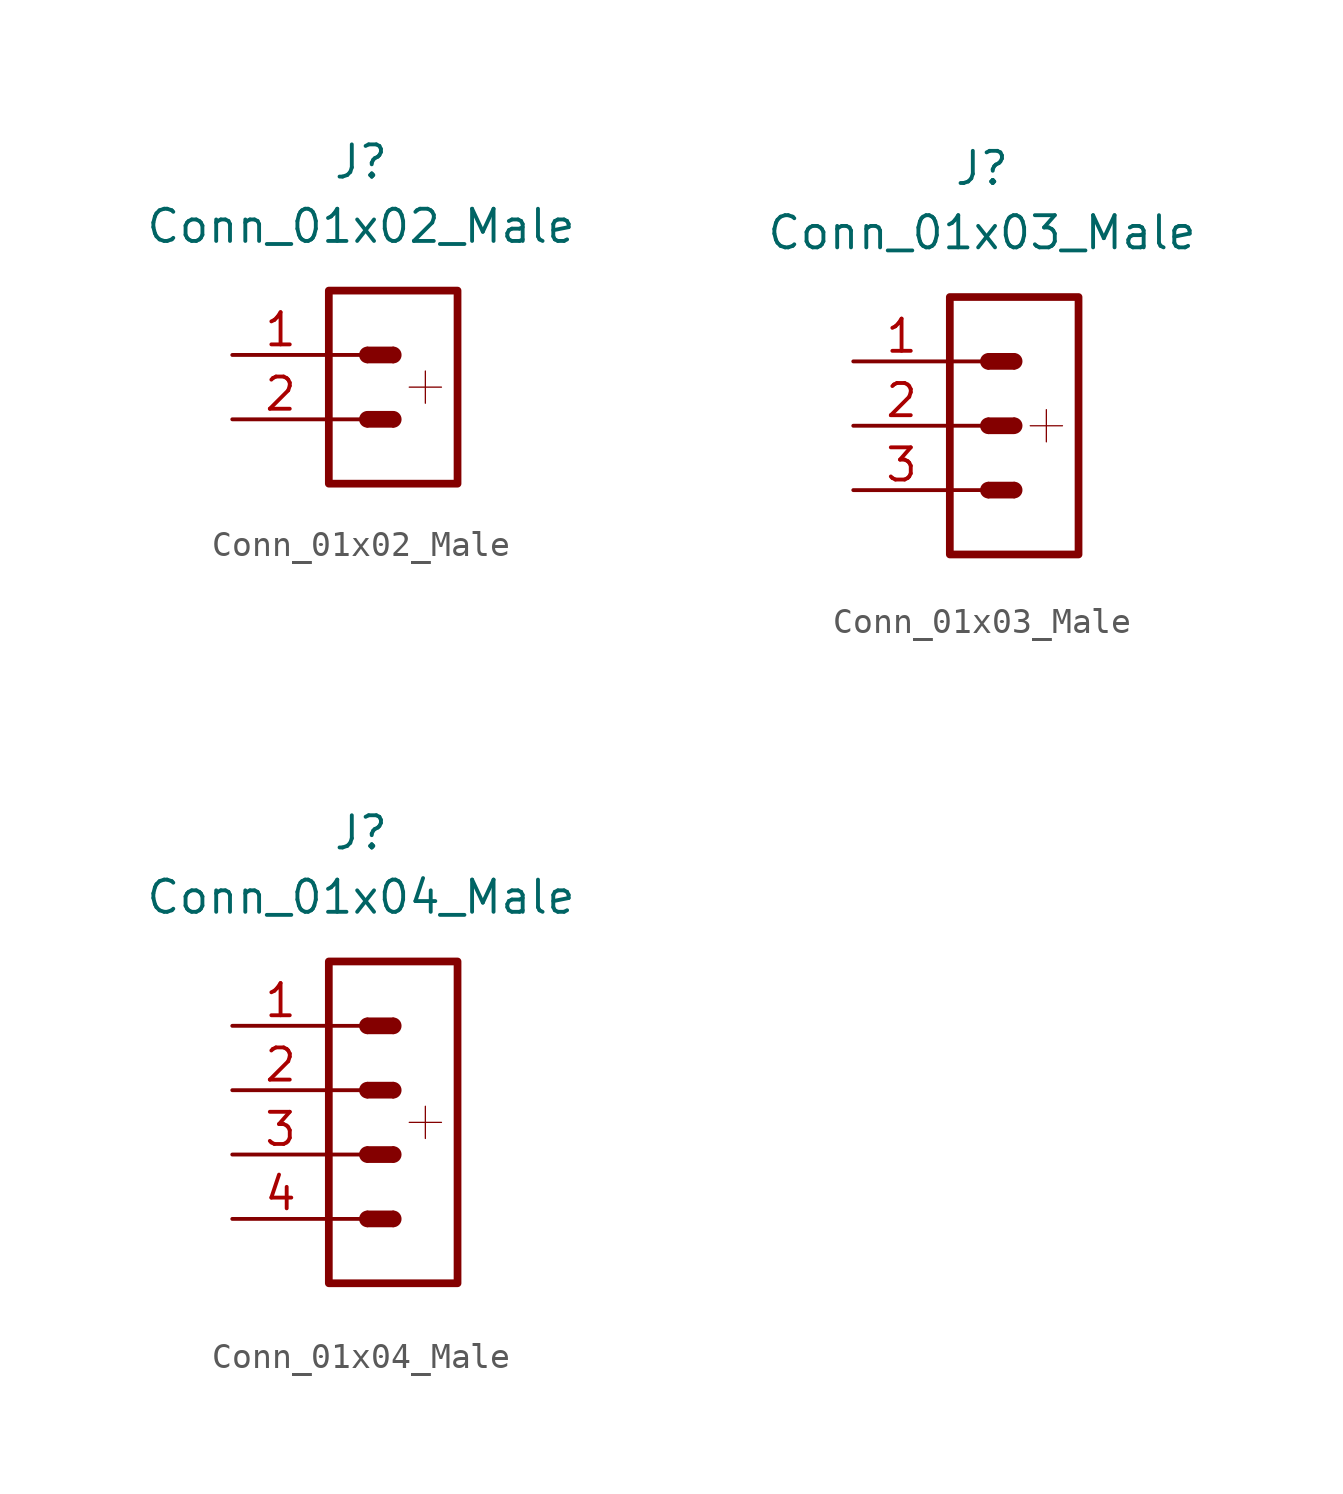
<source format=kicad_sym>
(kicad_symbol_lib
  (version 20211014)
  (generator kicad_symbol_editor)
  (symbol "Conn_01x02_Male"
    (pin_names
      (offset 1.016) hide)
    (property "Reference" "J"
      (at 0 7.62 0)
      (effects (font (size 1.27 1.27))))
    (property "Value" "Conn_01x02_Male"
      (at 0 5.08 0)
      (effects (font (size 1.27 1.27))))
    (symbol "Conn_01x02_Male_0_1"
      (rectangle (start -1.27 -2.54) (end 0 -2.54) (stroke (width 0.152) (type default) (color 0 0 0 0)) (fill (type none)))
      (rectangle (start -1.27 0) (end 0 0) (stroke (width 0.152) (type default) (color 0 0 0 0)) (fill (type none)))
      (rectangle (start -1.27 2.54) (end 3.81 -5.08) (stroke (width 0.305) (type default) (color 0 0 0 0)) (fill (type none))))
    (symbol "Conn_01x02_Male_1_1"
      (polyline (pts (xy 1.905 -1.27) (xy 3.175 -1.27)) (stroke (width 0.051) (type default) (color 0 0 0 0)) (fill (type none)))
      (polyline (pts (xy 2.54 -0.635) (xy 2.54 -1.905)) (stroke (width 0.051) (type default) (color 0 0 0 0)) (fill (type none)))
      (arc (start 0.254 -2.286) (mid 0 -2.54) (end 0.254 -2.794) (stroke (width 0) (type default) (color 0 0 0 0)) (fill (type outline)))
      (rectangle (start 0.254 -2.286) (end 1.27 -2.794) (stroke (width 0) (type default) (color 0 0 0 0)) (fill (type outline)))
      (arc (start 0.254 0.254) (mid 0 0) (end 0.254 -0.254) (stroke (width 0) (type default) (color 0 0 0 0)) (fill (type outline)))
      (rectangle (start 0.254 0.254) (end 1.27 -0.254) (stroke (width 0) (type default) (color 0 0 0 0)) (fill (type outline)))
      (arc (start 1.27 -2.794) (mid 1.524 -2.54) (end 1.27 -2.286) (stroke (width 0) (type default) (color 0 0 0 0)) (fill (type outline)))
      (arc (start 1.27 -0.254) (mid 1.524 0) (end 1.27 0.254) (stroke (width 0) (type default) (color 0 0 0 0)) (fill (type outline)))
      (pin passive line (at -5.08 0 0) (length 3.81) (name "Pin_1" (effects (font (size 1.27 1.27)))) (number "1" (effects (font (size 1.27 1.27)))))
      (pin passive line (at -5.08 -2.54 0) (length 3.81) (name "Pin_2" (effects (font (size 1.27 1.27)))) (number "2" (effects (font (size 1.27 1.27)))))))
  (symbol "Conn_01x03_Male"
    (pin_names
      (offset 1.016) hide)
    (property "Reference" "J"
      (at 0 10.16 0)
      (effects (font (size 1.27 1.27))))
    (property "Value" "Conn_01x03_Male"
      (at 0 7.62 0)
      (effects (font (size 1.27 1.27))))
    (symbol "Conn_01x03_Male_0_1"
      (rectangle (start -1.27 0) (end 0 0) (stroke (width 0.152) (type default) (color 0 0 0 0)) (fill (type none)))
      (rectangle (start -1.27 2.54) (end 0 2.54) (stroke (width 0.152) (type default) (color 0 0 0 0)) (fill (type none)))
      (rectangle (start -1.27 5.08) (end 3.81 -5.08) (stroke (width 0.305) (type default) (color 0 0 0 0)) (fill (type none))))
    (symbol "Conn_01x03_Male_1_1"
      (rectangle (start -1.27 -2.54) (end 0 -2.54) (stroke (width 0.152) (type default) (color 0 0 0 0)) (fill (type none)))
      (polyline (pts (xy 1.905 0) (xy 3.175 0)) (stroke (width 0.051) (type default) (color 0 0 0 0)) (fill (type none)))
      (polyline (pts (xy 2.54 0.635) (xy 2.54 -0.635)) (stroke (width 0.051) (type default) (color 0 0 0 0)) (fill (type none)))
      (arc (start 0.254 -2.286) (mid 0 -2.54) (end 0.254 -2.794) (stroke (width 0) (type default) (color 0 0 0 0)) (fill (type outline)))
      (rectangle (start 0.254 -2.286) (end 1.27 -2.794) (stroke (width 0) (type default) (color 0 0 0 0)) (fill (type outline)))
      (arc (start 0.254 0.254) (mid 0 0) (end 0.254 -0.254) (stroke (width 0) (type default) (color 0 0 0 0)) (fill (type outline)))
      (rectangle (start 0.254 0.254) (end 1.27 -0.254) (stroke (width 0) (type default) (color 0 0 0 0)) (fill (type outline)))
      (arc (start 0.254 2.794) (mid 0 2.54) (end 0.254 2.286) (stroke (width 0) (type default) (color 0 0 0 0)) (fill (type outline)))
      (rectangle (start 0.254 2.794) (end 1.27 2.286) (stroke (width 0) (type default) (color 0 0 0 0)) (fill (type outline)))
      (arc (start 1.27 -2.794) (mid 1.524 -2.54) (end 1.27 -2.286) (stroke (width 0) (type default) (color 0 0 0 0)) (fill (type outline)))
      (arc (start 1.27 -0.254) (mid 1.524 0) (end 1.27 0.254) (stroke (width 0) (type default) (color 0 0 0 0)) (fill (type outline)))
      (arc (start 1.27 2.286) (mid 1.524 2.54) (end 1.27 2.794) (stroke (width 0) (type default) (color 0 0 0 0)) (fill (type outline)))
      (pin passive line (at -5.08 2.54 0) (length 3.81) (name "Pin_1" (effects (font (size 1.27 1.27)))) (number "1" (effects (font (size 1.27 1.27)))))
      (pin passive line (at -5.08 0 0) (length 3.81) (name "Pin_2" (effects (font (size 1.27 1.27)))) (number "2" (effects (font (size 1.27 1.27)))))
      (pin passive line (at -5.08 -2.54 0) (length 3.81) (name "Pin_3" (effects (font (size 1.27 1.27)))) (number "3" (effects (font (size 1.27 1.27)))))))
  (symbol "Conn_01x04_Male"
    (pin_names
      (offset 1.016) hide)
    (property "Reference" "J"
      (at 0 10.16 0)
      (effects (font (size 1.27 1.27))))
    (property "Value" "Conn_01x04_Male"
      (at 0 7.62 0)
      (effects (font (size 1.27 1.27))))
    (symbol "Conn_01x04_Male_0_1"
      (rectangle (start -1.27 0) (end 0 0) (stroke (width 0.152) (type default) (color 0 0 0 0)) (fill (type none)))
      (rectangle (start -1.27 2.54) (end 0 2.54) (stroke (width 0.152) (type default) (color 0 0 0 0)) (fill (type none)))
      (rectangle (start -1.27 5.08) (end 3.81 -7.62) (stroke (width 0.305) (type default) (color 0 0 0 0)) (fill (type none))))
    (symbol "Conn_01x04_Male_1_1"
      (rectangle (start -1.27 -5.08) (end 0 -5.08) (stroke (width 0.152) (type default) (color 0 0 0 0)) (fill (type none)))
      (rectangle (start -1.27 -2.54) (end 0 -2.54) (stroke (width 0.152) (type default) (color 0 0 0 0)) (fill (type none)))
      (polyline (pts (xy 1.905 -1.27) (xy 3.175 -1.27)) (stroke (width 0.051) (type default) (color 0 0 0 0)) (fill (type none)))
      (polyline (pts (xy 2.54 -0.635) (xy 2.54 -1.905)) (stroke (width 0.051) (type default) (color 0 0 0 0)) (fill (type none)))
      (arc (start 0.254 -4.826) (mid 0 -5.08) (end 0.254 -5.334) (stroke (width 0) (type default) (color 0 0 0 0)) (fill (type outline)))
      (rectangle (start 0.254 -4.826) (end 1.27 -5.334) (stroke (width 0) (type default) (color 0 0 0 0)) (fill (type outline)))
      (arc (start 0.254 -2.286) (mid 0 -2.54) (end 0.254 -2.794) (stroke (width 0) (type default) (color 0 0 0 0)) (fill (type outline)))
      (rectangle (start 0.254 -2.286) (end 1.27 -2.794) (stroke (width 0) (type default) (color 0 0 0 0)) (fill (type outline)))
      (arc (start 0.254 0.254) (mid 0 0) (end 0.254 -0.254) (stroke (width 0) (type default) (color 0 0 0 0)) (fill (type outline)))
      (rectangle (start 0.254 0.254) (end 1.27 -0.254) (stroke (width 0) (type default) (color 0 0 0 0)) (fill (type outline)))
      (arc (start 0.254 2.794) (mid 0 2.54) (end 0.254 2.286) (stroke (width 0) (type default) (color 0 0 0 0)) (fill (type outline)))
      (rectangle (start 0.254 2.794) (end 1.27 2.286) (stroke (width 0) (type default) (color 0 0 0 0)) (fill (type outline)))
      (arc (start 1.27 -5.334) (mid 1.524 -5.08) (end 1.27 -4.826) (stroke (width 0) (type default) (color 0 0 0 0)) (fill (type outline)))
      (arc (start 1.27 -2.794) (mid 1.524 -2.54) (end 1.27 -2.286) (stroke (width 0) (type default) (color 0 0 0 0)) (fill (type outline)))
      (arc (start 1.27 -0.254) (mid 1.524 0) (end 1.27 0.254) (stroke (width 0) (type default) (color 0 0 0 0)) (fill (type outline)))
      (arc (start 1.27 2.286) (mid 1.524 2.54) (end 1.27 2.794) (stroke (width 0) (type default) (color 0 0 0 0)) (fill (type outline)))
      (pin passive line (at -5.08 2.54 0) (length 3.81) (name "Pin_1" (effects (font (size 1.27 1.27)))) (number "1" (effects (font (size 1.27 1.27)))))
      (pin passive line (at -5.08 0 0) (length 3.81) (name "Pin_2" (effects (font (size 1.27 1.27)))) (number "2" (effects (font (size 1.27 1.27)))))
      (pin passive line (at -5.08 -2.54 0) (length 3.81) (name "Pin_3" (effects (font (size 1.27 1.27)))) (number "3" (effects (font (size 1.27 1.27)))))
      (pin passive line (at -5.08 -5.08 0) (length 3.81) (name "Pin_4" (effects (font (size 1.27 1.27)))) (number "4" (effects (font (size 1.27 1.27))))))))
</source>
